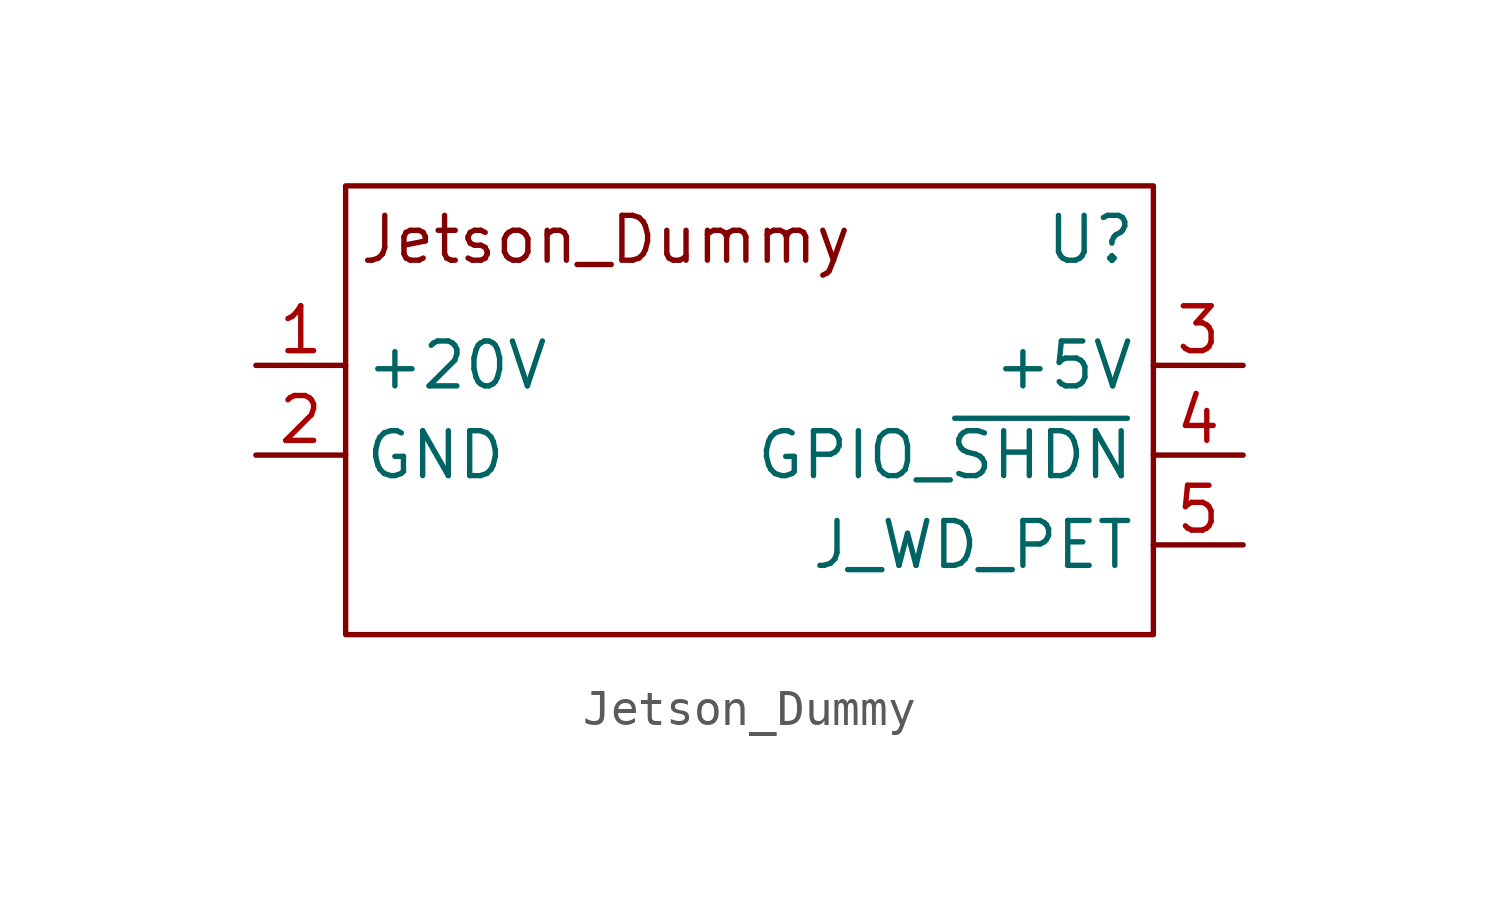
<source format=kicad_sym>
(kicad_symbol_lib
  (version 20241209)
  (generator "kicad_symbol_editor")
  (generator_version "9.0")
  (symbol "Jetson_Dummy"
    (property "Reference" "U"
      (at 9.652 8.636 0)
      (effects (font (size 1.27 1.27))))
    (property "Value" ""
      (at 0 0 0)
      (effects (font (size 1.27 1.27))))
    (symbol "Jetson_Dummy_0_1"
      (rectangle (start -11.43 10.16) (end 11.43 -2.54) (stroke (width 0) (type default)) (fill (type none))))
    (symbol "Jetson_Dummy_1_1"
      (text "Jetson_Dummy\n" (at -4.064 8.636 0) (effects (font (size 1.27 1.27))))
      (pin passive line (at -13.97 5.08 0) (length 2.54) (name "+20V" (effects (font (size 1.27 1.27)))) (number "1" (effects (font (size 1.27 1.27)))))
      (pin power_in line (at -13.97 2.54 0) (length 2.54) (name "GND" (effects (font (size 1.27 1.27)))) (number "2" (effects (font (size 1.27 1.27)))))
      (pin power_out line (at 13.97 5.08 180) (length 2.54) (name "+5V" (effects (font (size 1.27 1.27)))) (number "3" (effects (font (size 1.27 1.27)))))
      (pin output line (at 13.97 2.54 180) (length 2.54) (name "GPIO_~{SHDN}" (effects (font (size 1.27 1.27)))) (number "4" (effects (font (size 1.27 1.27)))))
      (pin output line (at 13.97 0 180) (length 2.54) (name "J_WD_PET" (effects (font (size 1.27 1.27)))) (number "5" (effects (font (size 1.27 1.27))))))))
</source>
